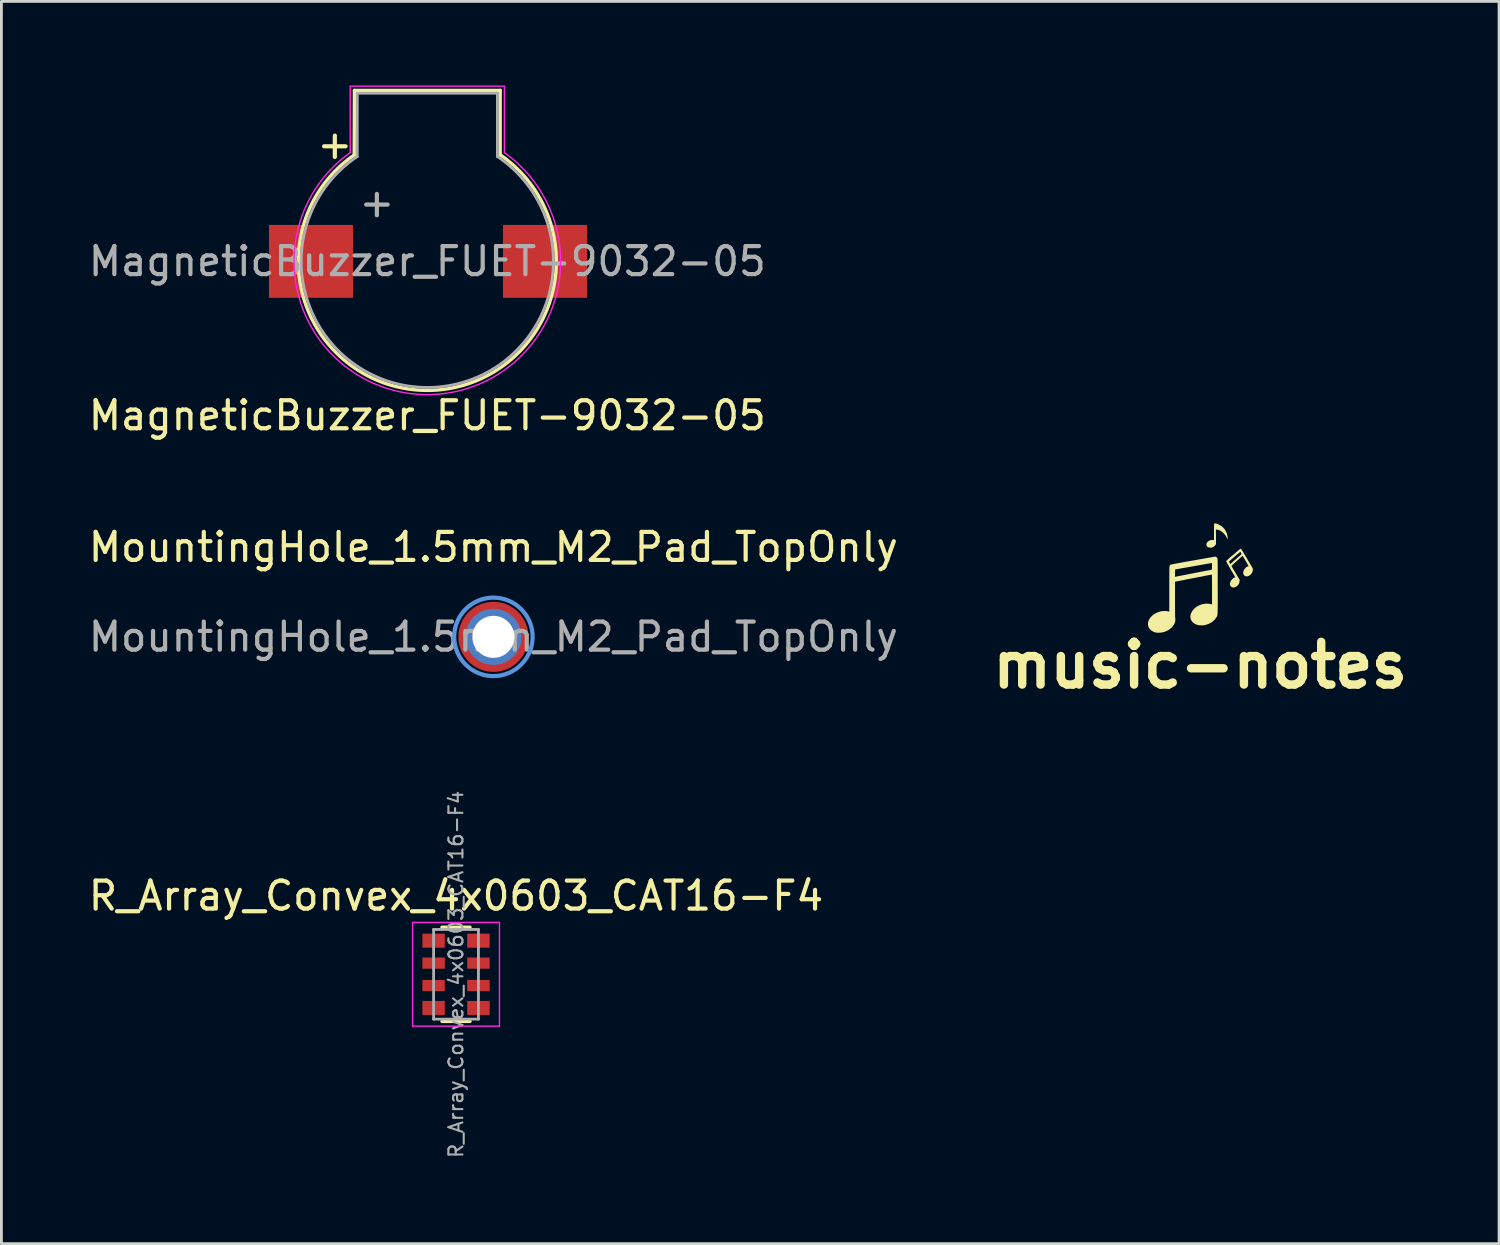
<source format=kicad_pcb>
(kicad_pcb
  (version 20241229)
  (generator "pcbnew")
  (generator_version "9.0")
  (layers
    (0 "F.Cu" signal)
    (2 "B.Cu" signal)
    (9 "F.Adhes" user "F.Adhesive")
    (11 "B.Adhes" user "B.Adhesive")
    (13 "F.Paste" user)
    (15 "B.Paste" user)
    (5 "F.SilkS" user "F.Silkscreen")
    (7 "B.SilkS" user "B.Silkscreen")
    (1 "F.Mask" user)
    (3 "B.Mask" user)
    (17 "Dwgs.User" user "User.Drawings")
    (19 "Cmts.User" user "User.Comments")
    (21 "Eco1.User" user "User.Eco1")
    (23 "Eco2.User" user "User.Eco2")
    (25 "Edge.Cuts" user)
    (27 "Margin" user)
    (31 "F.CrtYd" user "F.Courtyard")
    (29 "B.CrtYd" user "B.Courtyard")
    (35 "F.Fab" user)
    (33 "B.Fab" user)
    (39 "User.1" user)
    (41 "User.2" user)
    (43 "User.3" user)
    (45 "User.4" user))
  (footprint "MountingHole_1.5mm_M2_Pad_TopOnly"
    (layer "F.Cu")
    (at 14.554 19.672)
    (property "Reference" "MountingHole_1.5mm_M2_Pad_TopOnly" (at 0 -3.2 0) (layer "F.SilkS") (effects (font (size 1 1) (thickness 0.15))))
    (attr exclude_from_pos_files)
    (fp_circle (center 0 0) (end 1.4 0) (stroke (width 0.15) (type solid)) (fill no) (layer "Cmts.User"))
    (fp_circle (center 0 0) (end 1.4 0) (stroke (width 0.05) (type solid)) (fill no) (layer "F.CrtYd"))
    (fp_text user "${REFERENCE}" (at 0 0 0) (layer "F.Fab") (effects (font (size 1 1) (thickness 0.15))))
    (pad "1" thru_hole circle (at 0 0) (size 2 2) (drill 1.5) (layers "*.Cu" "*.Mask"))
    (pad "1" connect circle (at 0 0) (size 2.5 2.5) (layers "F.Cu" "F.Mask")))
  (footprint "MagneticBuzzer_FUET-9032-05"
    (layer "F.Cu")
    (at 12.196 4.275)
    (property "Reference" "MagneticBuzzer_FUET-9032-05" (at 0 7.5 0) (layer "F.SilkS") (effects (font (size 1 1) (thickness 0.15))))
    (attr through_hole)
    (fp_line (start -2.608 -1.794) (end -2.6 -4.1) (stroke (width 0.12) (type solid)) (layer "F.SilkS"))
    (fp_line (start -2.6 -4.1) (end 2.6 -4.1) (stroke (width 0.12) (type solid)) (layer "F.SilkS"))
    (fp_line (start 2.6 -4.1) (end 2.6 -1.8) (stroke (width 0.12) (type solid)) (layer "F.SilkS"))
    (fp_arc (start 2.6 -1.799999) (mid 0.00515 6.604342) (end -2.608494 -1.794173) (stroke (width 0.12) (type solid)) (layer "F.SilkS"))
    (fp_line (start -2.75 -4.25) (end 2.75 -4.25) (stroke (width 0.05) (type solid)) (layer "F.CrtYd"))
    (fp_line (start -2.75 -1.88) (end -2.75 -4.25) (stroke (width 0.05) (type solid)) (layer "F.CrtYd"))
    (fp_line (start 2.75 -4.25) (end 2.75 -1.88) (stroke (width 0.05) (type solid)) (layer "F.CrtYd"))
    (fp_arc (start 2.75 -1.88) (mid 0.006009 6.755719) (end -2.759797 -1.873038) (stroke (width 0.05) (type solid)) (layer "F.CrtYd"))
    (fp_line (start -2.5 -4) (end -2.5 -1.74) (stroke (width 0.1) (type solid)) (layer "F.Fab"))
    (fp_line (start -2.5 -4) (end 2.5 -4) (stroke (width 0.1) (type solid)) (layer "F.Fab"))
    (fp_line (start 2.5 -4) (end 2.5 -1.74) (stroke (width 0.1) (type solid)) (layer "F.Fab"))
    (fp_arc (start 2.5 -1.74) (mid 0.003084 6.498621) (end -2.505126 -1.736568) (stroke (width 0.1) (type solid)) (layer "F.Fab"))
    (fp_text user "+" (at -3.3 -2.18 0) (layer "F.SilkS") (effects (font (size 1 1) (thickness 0.15))))
    (fp_text user "${REFERENCE}" (at 0 2 0) (layer "F.Fab") (effects (font (size 1 1) (thickness 0.15))))
    (fp_text user "+" (at -1.8 -0.1 0) (layer "F.Fab") (effects (font (size 1 1) (thickness 0.15))))
    (pad "1" smd rect (at -4.15 2) (size 3 2.6) (layers "F.Cu" "F.Mask" "F.Paste"))
    (pad "2" smd rect (at 4.2 2) (size 3 2.6) (layers "F.Cu" "F.Mask" "F.Paste")))
  (footprint "music-notes"
    (layer "F.Cu")
    (at 39.771 17.584)
    (property "Reference" "music-notes" (at 0 3.1 0) (layer "F.SilkS") (effects (font (size 1.524 1.524) (thickness 0.3))))
    (attr board_only exclude_from_pos_files exclude_from_bom)
    (fp_poly (pts (xy 0.564 -1.955) (xy 0.605 -1.943) (xy 0.652 -1.923) (xy 0.693 -1.903) (xy 0.771 -1.854) (xy 0.836 -1.795) (xy 0.89 -1.725) (xy 0.932 -1.646) (xy 0.962 -1.557) (xy 0.979 -1.46) (xy 0.981 -1.447) (xy 0.983 -1.42) (xy 0.984 -1.4) (xy 0.983 -1.391) (xy 0.983 -1.391) (xy 0.978 -1.397) (xy 0.968 -1.414) (xy 0.954 -1.439) (xy 0.949 -1.45) (xy 0.901 -1.53) (xy 0.846 -1.599) (xy 0.786 -1.655) (xy 0.72 -1.698) (xy 0.651 -1.727) (xy 0.599 -1.739) (xy 0.561 -1.744) (xy 0.563 -1.482) (xy 0.565 -1.22) (xy 0.544 -1.188) (xy 0.517 -1.157) (xy 0.481 -1.13) (xy 0.442 -1.109) (xy 0.422 -1.102) (xy 0.378 -1.095) (xy 0.332 -1.096) (xy 0.29 -1.106) (xy 0.283 -1.109) (xy 0.249 -1.132) (xy 0.228 -1.163) (xy 0.219 -1.198) (xy 0.224 -1.237) (xy 0.244 -1.277) (xy 0.244 -1.278) (xy 0.276 -1.313) (xy 0.318 -1.341) (xy 0.365 -1.361) (xy 0.414 -1.371) (xy 0.46 -1.368) (xy 0.462 -1.368) (xy 0.492 -1.361) (xy 0.492 -1.649) (xy 0.492 -1.715) (xy 0.493 -1.776) (xy 0.493 -1.831) (xy 0.494 -1.877) (xy 0.495 -1.914) (xy 0.496 -1.938) (xy 0.497 -1.949) (xy 0.497 -1.949) (xy 0.509 -1.959) (xy 0.532 -1.961)) (stroke (width 0) (type solid)) (fill yes) (layer "F.SilkS"))
    (fp_poly (pts (xy 1.456 -1.049) (xy 1.464 -1.04) (xy 1.479 -1.018) (xy 1.502 -0.984) (xy 1.531 -0.938) (xy 1.566 -0.88) (xy 1.607 -0.811) (xy 1.654 -0.732) (xy 1.676 -0.694) (xy 1.879 -0.348) (xy 1.878 -0.301) (xy 1.87 -0.248) (xy 1.849 -0.197) (xy 1.815 -0.15) (xy 1.771 -0.111) (xy 1.729 -0.085) (xy 1.702 -0.075) (xy 1.674 -0.071) (xy 1.648 -0.072) (xy 1.619 -0.075) (xy 1.599 -0.082) (xy 1.582 -0.095) (xy 1.574 -0.102) (xy 1.547 -0.138) (xy 1.535 -0.18) (xy 1.536 -0.228) (xy 1.552 -0.281) (xy 1.558 -0.293) (xy 1.577 -0.326) (xy 1.604 -0.359) (xy 1.635 -0.388) (xy 1.667 -0.411) (xy 1.696 -0.426) (xy 1.715 -0.43) (xy 1.725 -0.433) (xy 1.727 -0.437) (xy 1.723 -0.445) (xy 1.712 -0.464) (xy 1.697 -0.492) (xy 1.677 -0.528) (xy 1.654 -0.567) (xy 1.629 -0.61) (xy 1.604 -0.653) (xy 1.58 -0.694) (xy 1.557 -0.731) (xy 1.539 -0.763) (xy 1.524 -0.786) (xy 1.516 -0.799) (xy 1.514 -0.801) (xy 1.507 -0.796) (xy 1.489 -0.782) (xy 1.464 -0.76) (xy 1.432 -0.732) (xy 1.396 -0.7) (xy 1.356 -0.664) (xy 1.314 -0.627) (xy 1.273 -0.59) (xy 1.233 -0.553) (xy 1.196 -0.52) (xy 1.165 -0.491) (xy 1.14 -0.467) (xy 1.123 -0.45) (xy 1.116 -0.442) (xy 1.116 -0.442) (xy 1.12 -0.433) (xy 1.13 -0.416) (xy 1.146 -0.387) (xy 1.168 -0.349) (xy 1.198 -0.299) (xy 1.234 -0.237) (xy 1.278 -0.163) (xy 1.307 -0.115) (xy 1.408 0.056) (xy 1.405 0.104) (xy 1.394 0.161) (xy 1.37 0.213) (xy 1.334 0.257) (xy 1.294 0.291) (xy 1.251 0.314) (xy 1.206 0.326) (xy 1.164 0.328) (xy 1.127 0.316) (xy 1.117 0.311) (xy 1.087 0.281) (xy 1.069 0.245) (xy 1.063 0.202) (xy 1.068 0.156) (xy 1.084 0.11) (xy 1.111 0.064) (xy 1.136 0.036) (xy 1.164 0.011) (xy 1.194 -0.01) (xy 1.213 -0.02) (xy 1.234 -0.029) (xy 1.247 -0.037) (xy 1.25 -0.04) (xy 1.246 -0.048) (xy 1.235 -0.067) (xy 1.218 -0.097) (xy 1.195 -0.137) (xy 1.168 -0.184) (xy 1.137 -0.237) (xy 1.103 -0.295) (xy 1.09 -0.317) (xy 1.051 -0.384) (xy 1.017 -0.444) (xy 0.987 -0.497) (xy 0.963 -0.541) (xy 0.945 -0.576) (xy 0.936 -0.595) (xy 1.025 -0.595) (xy 1.03 -0.586) (xy 1.04 -0.568) (xy 1.051 -0.549) (xy 1.074 -0.508) (xy 1.094 -0.526) (xy 1.105 -0.536) (xy 1.126 -0.554) (xy 1.155 -0.58) (xy 1.191 -0.612) (xy 1.232 -0.648) (xy 1.276 -0.686) (xy 1.281 -0.691) (xy 1.325 -0.73) (xy 1.366 -0.765) (xy 1.402 -0.797) (xy 1.431 -0.823) (xy 1.452 -0.841) (xy 1.463 -0.851) (xy 1.464 -0.852) (xy 1.472 -0.861) (xy 1.474 -0.869) (xy 1.469 -0.882) (xy 1.457 -0.904) (xy 1.445 -0.925) (xy 1.436 -0.94) (xy 1.433 -0.944) (xy 1.427 -0.94) (xy 1.41 -0.927) (xy 1.385 -0.907) (xy 1.354 -0.881) (xy 1.317 -0.85) (xy 1.276 -0.815) (xy 1.234 -0.779) (xy 1.192 -0.743) (xy 1.151 -0.708) (xy 1.113 -0.675) (xy 1.08 -0.646) (xy 1.053 -0.622) (xy 1.035 -0.605) (xy 1.026 -0.596) (xy 1.025 -0.595) (xy 0.936 -0.595) (xy 0.934 -0.599) (xy 0.93 -0.61) (xy 0.932 -0.616) (xy 0.937 -0.625) (xy 0.948 -0.638) (xy 0.965 -0.655) (xy 0.989 -0.677) (xy 1.021 -0.706) (xy 1.062 -0.741) (xy 1.113 -0.785) (xy 1.173 -0.836) (xy 1.226 -0.881) (xy 1.275 -0.923) (xy 1.32 -0.961) (xy 1.359 -0.994) (xy 1.39 -1.02) (xy 1.413 -1.038) (xy 1.426 -1.048) (xy 1.427 -1.05) (xy 1.444 -1.052)) (stroke (width 0) (type solid)) (fill yes) (layer "F.SilkS"))
    (fp_poly (pts (xy 0.569 -0.761) (xy 0.591 -0.746) (xy 0.609 -0.729) (xy 0.611 -0.727) (xy 0.613 -0.723) (xy 0.615 -0.718) (xy 0.616 -0.712) (xy 0.618 -0.702) (xy 0.619 -0.688) (xy 0.62 -0.67) (xy 0.621 -0.646) (xy 0.622 -0.617) (xy 0.623 -0.58) (xy 0.623 -0.535) (xy 0.624 -0.482) (xy 0.624 -0.419) (xy 0.625 -0.346) (xy 0.625 -0.262) (xy 0.625 -0.166) (xy 0.625 -0.057) (xy 0.625 0.065) (xy 0.625 0.202) (xy 0.625 0.285) (xy 0.626 0.433) (xy 0.626 0.565) (xy 0.626 0.684) (xy 0.626 0.79) (xy 0.626 0.883) (xy 0.625 0.965) (xy 0.625 1.036) (xy 0.624 1.098) (xy 0.623 1.151) (xy 0.622 1.195) (xy 0.62 1.233) (xy 0.618 1.264) (xy 0.616 1.289) (xy 0.613 1.31) (xy 0.61 1.327) (xy 0.606 1.341) (xy 0.601 1.352) (xy 0.596 1.363) (xy 0.59 1.373) (xy 0.584 1.383) (xy 0.576 1.394) (xy 0.574 1.399) (xy 0.524 1.467) (xy 0.461 1.528) (xy 0.387 1.58) (xy 0.305 1.623) (xy 0.215 1.655) (xy 0.143 1.672) (xy 0.09 1.678) (xy 0.029 1.678) (xy -0.032 1.674) (xy -0.089 1.665) (xy -0.118 1.657) (xy -0.185 1.629) (xy -0.241 1.591) (xy -0.287 1.545) (xy -0.321 1.491) (xy -0.343 1.433) (xy -0.351 1.371) (xy -0.344 1.306) (xy -0.341 1.292) (xy -0.318 1.231) (xy -0.282 1.168) (xy -0.236 1.109) (xy -0.183 1.056) (xy -0.138 1.022) (xy -0.051 0.971) (xy 0.041 0.934) (xy 0.135 0.911) (xy 0.229 0.902) (xy 0.323 0.909) (xy 0.404 0.926) (xy 0.422 0.932) (xy 0.422 0.399) (xy 0.422 0.292) (xy 0.422 0.199) (xy 0.421 0.12) (xy 0.421 0.054) (xy 0.42 -0.001) (xy 0.42 -0.045) (xy 0.419 -0.078) (xy 0.417 -0.103) (xy 0.416 -0.12) (xy 0.414 -0.129) (xy 0.412 -0.133) (xy 0.412 -0.133) (xy 0.402 -0.131) (xy 0.379 -0.127) (xy 0.344 -0.121) (xy 0.3 -0.113) (xy 0.249 -0.103) (xy 0.193 -0.092) (xy 0.183 -0.09) (xy 0.132 -0.08) (xy 0.068 -0.068) (xy -0.006 -0.053) (xy -0.089 -0.037) (xy -0.177 -0.02) (xy -0.267 -0.002) (xy -0.359 0.015) (xy -0.448 0.033) (xy -0.467 0.036) (xy -0.898 0.12) (xy -0.898 0.749) (xy -0.898 0.877) (xy -0.898 0.991) (xy -0.898 1.09) (xy -0.897 1.175) (xy -0.896 1.247) (xy -0.895 1.307) (xy -0.894 1.354) (xy -0.893 1.389) (xy -0.891 1.414) (xy -0.889 1.427) (xy -0.885 1.491) (xy -0.896 1.555) (xy -0.919 1.619) (xy -0.955 1.68) (xy -1.002 1.738) (xy -1.058 1.791) (xy -1.123 1.839) (xy -1.196 1.879) (xy -1.276 1.91) (xy -1.316 1.922) (xy -1.368 1.932) (xy -1.425 1.939) (xy -1.481 1.942) (xy -1.532 1.941) (xy -1.561 1.937) (xy -1.639 1.917) (xy -1.707 1.886) (xy -1.763 1.847) (xy -1.808 1.8) (xy -1.84 1.747) (xy -1.859 1.688) (xy -1.866 1.626) (xy -1.858 1.562) (xy -1.836 1.496) (xy -1.799 1.43) (xy -1.768 1.389) (xy -1.704 1.324) (xy -1.629 1.269) (xy -1.547 1.225) (xy -1.46 1.192) (xy -1.369 1.171) (xy -1.277 1.164) (xy -1.187 1.171) (xy -1.16 1.176) (xy -1.133 1.182) (xy -1.113 1.186) (xy -1.104 1.188) (xy -1.104 1.188) (xy -1.103 1.18) (xy -1.103 1.158) (xy -1.103 1.122) (xy -1.103 1.074) (xy -1.102 1.014) (xy -1.102 0.943) (xy -1.102 0.864) (xy -1.102 0.775) (xy -1.102 0.68) (xy -1.102 0.578) (xy -1.102 0.471) (xy -1.102 0.381) (xy -1.102 0.251) (xy -1.102 0.136) (xy -1.101 0.034) (xy -1.101 -0.053) (xy -0.899 -0.053) (xy -0.881 -0.057) (xy -0.868 -0.06) (xy -0.843 -0.065) (xy -0.807 -0.072) (xy -0.763 -0.08) (xy -0.714 -0.09) (xy -0.695 -0.093) (xy -0.656 -0.101) (xy -0.604 -0.111) (xy -0.54 -0.124) (xy -0.467 -0.138) (xy -0.387 -0.153) (xy -0.302 -0.17) (xy -0.213 -0.187) (xy -0.122 -0.205) (xy -0.055 -0.218) (xy 0.418 -0.31) (xy 0.42 -0.429) (xy 0.421 -0.476) (xy 0.42 -0.51) (xy 0.419 -0.531) (xy 0.416 -0.543) (xy 0.412 -0.546) (xy 0.412 -0.546) (xy 0.403 -0.545) (xy 0.38 -0.541) (xy 0.344 -0.535) (xy 0.295 -0.526) (xy 0.236 -0.516) (xy 0.167 -0.504) (xy 0.09 -0.49) (xy 0.005 -0.476) (xy -0.086 -0.459) (xy -0.182 -0.443) (xy -0.246 -0.431) (xy -0.895 -0.316) (xy -0.897 -0.185) (xy -0.899 -0.053) (xy -1.101 -0.053) (xy -1.101 -0.054) (xy -1.101 -0.131) (xy -1.101 -0.196) (xy -1.1 -0.252) (xy -1.1 -0.298) (xy -1.099 -0.336) (xy -1.098 -0.367) (xy -1.097 -0.391) (xy -1.096 -0.409) (xy -1.095 -0.423) (xy -1.093 -0.433) (xy -1.091 -0.44) (xy -1.089 -0.446) (xy -1.087 -0.45) (xy -1.086 -0.451) (xy -1.071 -0.471) (xy -1.054 -0.487) (xy -1.053 -0.487) (xy -1.043 -0.491) (xy -1.018 -0.496) (xy -0.979 -0.504) (xy -0.927 -0.515) (xy -0.862 -0.527) (xy -0.786 -0.541) (xy -0.699 -0.557) (xy -0.602 -0.575) (xy -0.496 -0.594) (xy -0.381 -0.614) (xy -0.259 -0.636) (xy -0.247 -0.638) (xy 0.541 -0.777)) (stroke (width 0) (type solid)) (fill yes) (layer "F.SilkS")))
  (footprint "R_Array_Convex_4x0603_CAT16-F4"
    (layer "F.Cu")
    (at 13.22 31.712)
    (property "Reference" "R_Array_Convex_4x0603_CAT16-F4" (at 0 -2.8 0) (layer "F.SilkS") (effects (font (size 1 1) (thickness 0.15))))
    (attr smd)
    (fp_line (start 0.5 -1.68) (end -0.5 -1.68) (stroke (width 0.12) (type solid)) (layer "F.SilkS"))
    (fp_line (start 0.5 1.68) (end -0.5 1.68) (stroke (width 0.12) (type solid)) (layer "F.SilkS"))
    (fp_line (start -1.55 -1.85) (end -1.55 1.85) (stroke (width 0.05) (type solid)) (layer "F.CrtYd"))
    (fp_line (start -1.55 -1.85) (end 1.55 -1.85) (stroke (width 0.05) (type solid)) (layer "F.CrtYd"))
    (fp_line (start 1.55 1.85) (end -1.55 1.85) (stroke (width 0.05) (type solid)) (layer "F.CrtYd"))
    (fp_line (start 1.55 1.85) (end 1.55 -1.85) (stroke (width 0.05) (type solid)) (layer "F.CrtYd"))
    (fp_line (start -0.8 -1.6) (end 0.8 -1.6) (stroke (width 0.1) (type solid)) (layer "F.Fab"))
    (fp_line (start -0.8 1.6) (end -0.8 -1.6) (stroke (width 0.1) (type solid)) (layer "F.Fab"))
    (fp_line (start 0.8 -1.6) (end 0.8 1.6) (stroke (width 0.1) (type solid)) (layer "F.Fab"))
    (fp_line (start 0.8 1.6) (end -0.8 1.6) (stroke (width 0.1) (type solid)) (layer "F.Fab"))
    (fp_text user "${REFERENCE}" (at 0 0 90) (layer "F.Fab") (effects (font (size 0.5 0.5) (thickness 0.075))))
    (pad "1" smd rect (at -0.8 -1.2) (size 0.8 0.5) (layers "F.Cu" "F.Mask" "F.Paste"))
    (pad "2" smd rect (at -0.8 -0.4) (size 0.8 0.4) (layers "F.Cu" "F.Mask" "F.Paste"))
    (pad "3" smd rect (at -0.8 0.4) (size 0.8 0.4) (layers "F.Cu" "F.Mask" "F.Paste"))
    (pad "4" smd rect (at -0.8 1.2) (size 0.8 0.5) (layers "F.Cu" "F.Mask" "F.Paste"))
    (pad "5" smd rect (at 0.8 1.2) (size 0.8 0.5) (layers "F.Cu" "F.Mask" "F.Paste"))
    (pad "6" smd rect (at 0.8 0.4) (size 0.8 0.4) (layers "F.Cu" "F.Mask" "F.Paste"))
    (pad "7" smd rect (at 0.8 -0.4) (size 0.8 0.4) (layers "F.Cu" "F.Mask" "F.Paste"))
    (pad "8" smd rect (at 0.8 -1.2) (size 0.8 0.5) (layers "F.Cu" "F.Mask" "F.Paste")))
  (gr_rect
    (start -3 -3)
    (end 50.434 41.322)
    (stroke (width 0.1) (type default))
    (fill no)
    (layer "Edge.Cuts")))
</source>
